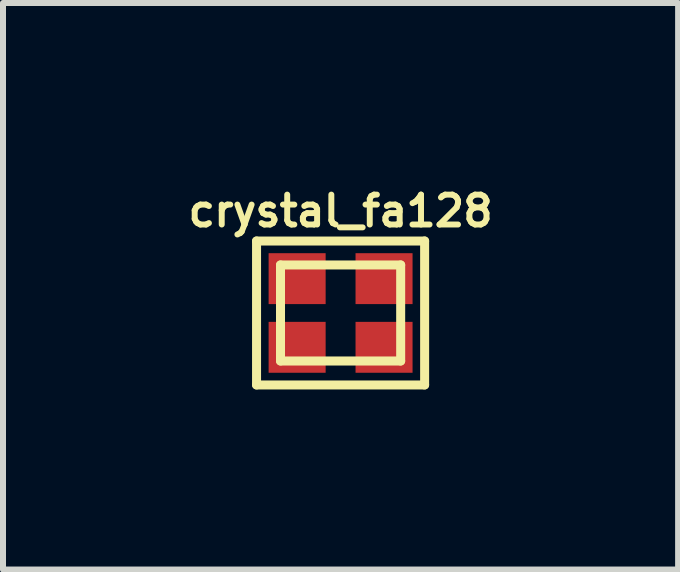
<source format=kicad_pcb>
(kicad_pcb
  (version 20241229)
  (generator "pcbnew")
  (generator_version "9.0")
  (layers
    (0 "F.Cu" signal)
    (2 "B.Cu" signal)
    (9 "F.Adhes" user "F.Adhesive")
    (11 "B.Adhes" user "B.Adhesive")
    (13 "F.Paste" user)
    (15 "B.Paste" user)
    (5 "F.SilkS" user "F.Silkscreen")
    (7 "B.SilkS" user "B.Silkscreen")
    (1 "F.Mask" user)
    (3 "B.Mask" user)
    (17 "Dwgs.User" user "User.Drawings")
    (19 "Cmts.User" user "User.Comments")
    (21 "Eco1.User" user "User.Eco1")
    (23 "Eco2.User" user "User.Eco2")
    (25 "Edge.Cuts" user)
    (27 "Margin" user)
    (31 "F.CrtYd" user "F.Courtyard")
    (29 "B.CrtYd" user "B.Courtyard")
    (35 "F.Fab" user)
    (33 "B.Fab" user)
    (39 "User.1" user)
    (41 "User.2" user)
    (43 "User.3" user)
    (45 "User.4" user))
  (footprint "crystal_fa128"
    (layer "F.Cu")
    (at 2.624 2.164)
    (property "Reference" "crystal_fa128" (at 0 -1.699 0) (layer "F.SilkS") (effects (font (size 0.498 0.498) (thickness 0.099))))
    (attr through_hole)
    (fp_line (start -1.4 -1.199) (end 1.4 -1.199) (stroke (width 0.15) (type solid)) (layer "F.SilkS"))
    (fp_line (start -1.4 1.199) (end -1.4 -1.199) (stroke (width 0.15) (type solid)) (layer "F.SilkS"))
    (fp_line (start -1.001 -0.8) (end -1.001 0.8) (stroke (width 0.15) (type solid)) (layer "F.SilkS"))
    (fp_line (start -1.001 0.8) (end 1.001 0.8) (stroke (width 0.15) (type solid)) (layer "F.SilkS"))
    (fp_line (start 1.001 -0.8) (end -1.001 -0.8) (stroke (width 0.15) (type solid)) (layer "F.SilkS"))
    (fp_line (start 1.001 0.8) (end 1.001 -0.8) (stroke (width 0.15) (type solid)) (layer "F.SilkS"))
    (fp_line (start 1.4 -1.199) (end 1.4 1.199) (stroke (width 0.15) (type solid)) (layer "F.SilkS"))
    (fp_line (start 1.4 1.199) (end -1.4 1.199) (stroke (width 0.15) (type solid)) (layer "F.SilkS"))
    (pad "1" smd rect (at -0.724 0.572) (size 0.95 0.848) (layers "F.Cu" "F.Mask" "F.Paste"))
    (pad "2" smd rect (at 0.724 -0.572) (size 0.95 0.848) (layers "F.Cu" "F.Mask" "F.Paste"))
    (pad "3" smd rect (at 0.724 0.572) (size 0.95 0.848) (layers "F.Cu" "F.Mask" "F.Paste"))
    (pad "4" smd rect (at -0.724 -0.572) (size 0.95 0.848) (layers "F.Cu" "F.Mask" "F.Paste")))
  (gr_rect
    (start -3 -3)
    (end 8.247 6.438)
    (stroke (width 0.1) (type default))
    (fill no)
    (layer "Edge.Cuts")))
</source>
